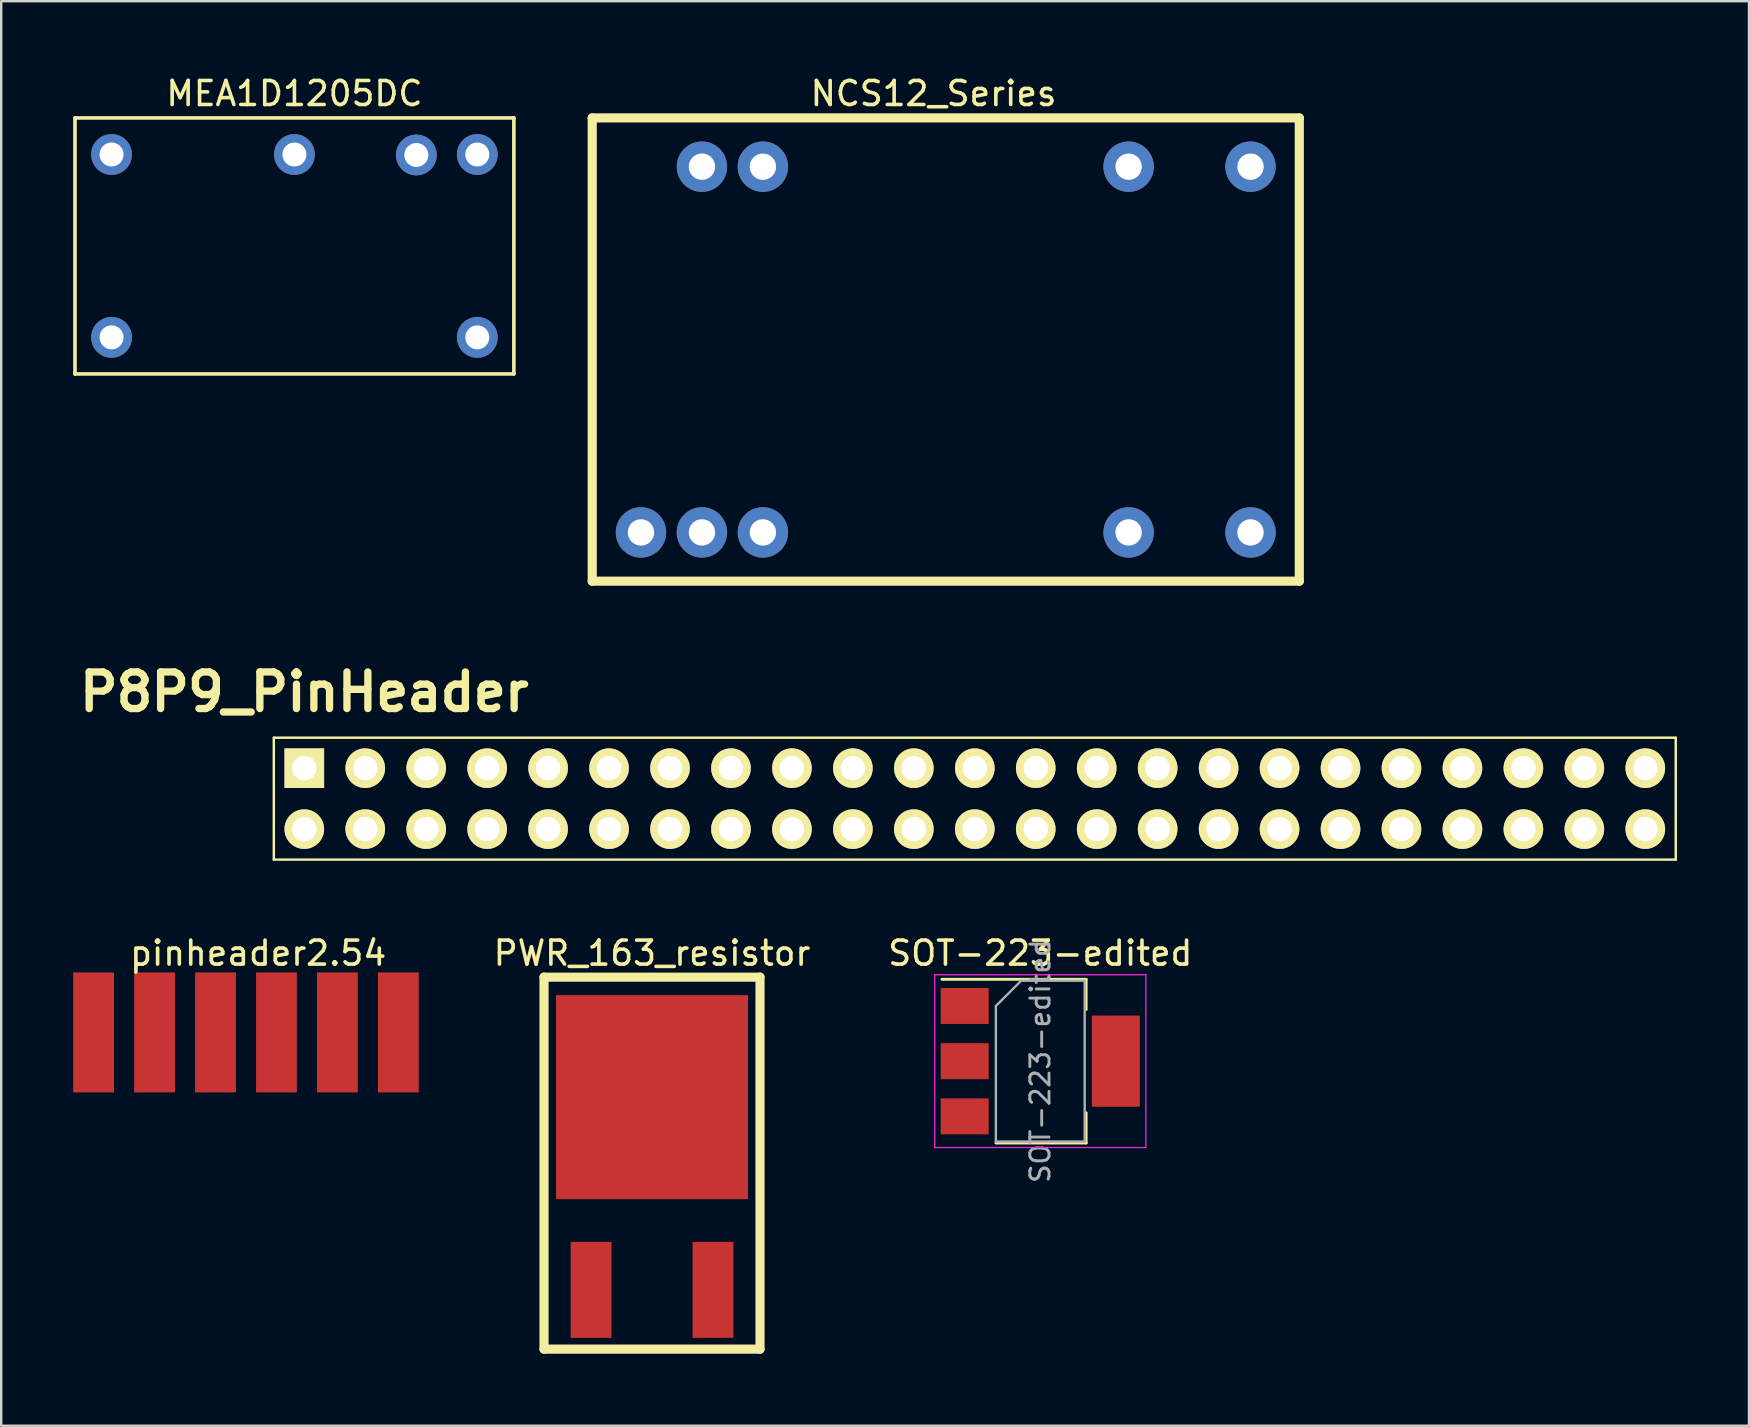
<source format=kicad_pcb>
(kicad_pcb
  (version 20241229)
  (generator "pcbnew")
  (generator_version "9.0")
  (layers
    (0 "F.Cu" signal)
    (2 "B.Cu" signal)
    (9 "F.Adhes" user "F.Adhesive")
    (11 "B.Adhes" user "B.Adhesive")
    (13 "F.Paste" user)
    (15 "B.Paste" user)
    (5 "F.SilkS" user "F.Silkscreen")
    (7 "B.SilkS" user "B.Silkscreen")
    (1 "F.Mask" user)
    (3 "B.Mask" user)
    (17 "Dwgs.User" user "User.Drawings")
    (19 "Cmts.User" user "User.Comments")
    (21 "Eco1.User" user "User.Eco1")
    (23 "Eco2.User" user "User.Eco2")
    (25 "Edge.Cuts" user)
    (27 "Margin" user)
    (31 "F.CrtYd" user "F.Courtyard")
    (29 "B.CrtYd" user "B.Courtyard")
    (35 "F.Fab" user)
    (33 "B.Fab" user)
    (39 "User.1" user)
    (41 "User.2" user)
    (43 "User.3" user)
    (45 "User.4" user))
  (footprint "MEA1D1205DC"
    (layer "F.Cu")
    (at 9.219 11.008)
    (property "Reference" "MEA1D1205DC" (at 0 -10.16 0) (layer "F.SilkS") (effects (font (size 1 1) (thickness 0.15))))
    (attr through_hole)
    (fp_line (start -9.144 -9.144) (end 9.144 -9.144) (stroke (width 0.15) (type solid)) (layer "F.SilkS"))
    (fp_line (start -9.144 1.524) (end -9.144 -9.144) (stroke (width 0.15) (type solid)) (layer "F.SilkS"))
    (fp_line (start 9.144 -9.144) (end 9.144 1.524) (stroke (width 0.15) (type solid)) (layer "F.SilkS"))
    (fp_line (start 9.144 1.524) (end -9.144 1.524) (stroke (width 0.15) (type solid)) (layer "F.SilkS"))
    (pad "1" thru_hole circle (at -7.62 0) (size 1.7 1.7) (drill 1) (layers "*.Cu" "*.Mask"))
    (pad "7" thru_hole circle (at 7.62 0) (size 1.7 1.7) (drill 1) (layers "*.Cu" "*.Mask"))
    (pad "8" thru_hole circle (at 7.62 -7.62) (size 1.7 1.7) (drill 1) (layers "*.Cu" "*.Mask"))
    (pad "9" thru_hole circle (at 5.08 -7.6) (size 1.7 1.7) (drill 1) (layers "*.Cu" "*.Mask"))
    (pad "11" thru_hole circle (at 0 -7.62) (size 1.7 1.7) (drill 1) (layers "*.Cu" "*.Mask"))
    (pad "14" thru_hole circle (at -7.62 -7.62) (size 1.7 1.7) (drill 1) (layers "*.Cu" "*.Mask")))
  (footprint "SOT-223-edited"
    (layer "F.Cu")
    (at 40.299 41.169)
    (property "Reference" "SOT-223-edited" (at 0 -4.5 0) (layer "F.SilkS") (effects (font (size 1 1) (thickness 0.15))))
    (attr smd)
    (fp_line (start -4.1 -3.41) (end 1.91 -3.41) (stroke (width 0.12) (type solid)) (layer "F.SilkS"))
    (fp_line (start -1.85 3.41) (end 1.91 3.41) (stroke (width 0.12) (type solid)) (layer "F.SilkS"))
    (fp_line (start 1.91 -3.41) (end 1.91 -2.15) (stroke (width 0.12) (type solid)) (layer "F.SilkS"))
    (fp_line (start 1.91 3.41) (end 1.91 2.15) (stroke (width 0.12) (type solid)) (layer "F.SilkS"))
    (fp_line (start -4.4 -3.6) (end -4.4 3.6) (stroke (width 0.05) (type solid)) (layer "F.CrtYd"))
    (fp_line (start -4.4 3.6) (end 4.4 3.6) (stroke (width 0.05) (type solid)) (layer "F.CrtYd"))
    (fp_line (start 4.4 -3.6) (end -4.4 -3.6) (stroke (width 0.05) (type solid)) (layer "F.CrtYd"))
    (fp_line (start 4.4 3.6) (end 4.4 -3.6) (stroke (width 0.05) (type solid)) (layer "F.CrtYd"))
    (fp_line (start -1.85 -2.3) (end -1.85 3.35) (stroke (width 0.1) (type solid)) (layer "F.Fab"))
    (fp_line (start -1.85 -2.3) (end -0.8 -3.35) (stroke (width 0.1) (type solid)) (layer "F.Fab"))
    (fp_line (start -1.85 3.35) (end 1.85 3.35) (stroke (width 0.1) (type solid)) (layer "F.Fab"))
    (fp_line (start -0.8 -3.35) (end 1.85 -3.35) (stroke (width 0.1) (type solid)) (layer "F.Fab"))
    (fp_line (start 1.85 -3.35) (end 1.85 3.35) (stroke (width 0.1) (type solid)) (layer "F.Fab"))
    (fp_text user "${REFERENCE}" (at 0 0 90) (layer "F.Fab") (effects (font (size 0.8 0.8) (thickness 0.12))))
    (pad "1" smd rect (at -3.15 -2.3) (size 2 1.5) (layers "F.Cu" "F.Mask" "F.Paste"))
    (pad "2" smd rect (at -3.15 0) (size 2 1.5) (layers "F.Cu" "F.Mask" "F.Paste"))
    (pad "2" smd rect (at 3.15 0) (size 2 3.8) (layers "F.Cu" "F.Mask" "F.Paste"))
    (pad "3" smd rect (at -3.15 2.3) (size 2 1.5) (layers "F.Cu" "F.Mask" "F.Paste")))
  (footprint "NCS12_Series"
    (layer "F.Cu")
    (at 49.06 19.136)
    (property "Reference" "NCS12_Series" (at -13.208 -18.288 0) (layer "F.SilkS") (effects (font (size 1 1) (thickness 0.15))))
    (attr through_hole)
    (fp_line (start -27.432 -17.272) (end 2.032 -17.272) (stroke (width 0.381) (type solid)) (layer "F.SilkS"))
    (fp_line (start -27.432 2.032) (end -27.432 -17.272) (stroke (width 0.381) (type solid)) (layer "F.SilkS"))
    (fp_line (start 2.032 -17.272) (end 2.032 2.032) (stroke (width 0.381) (type solid)) (layer "F.SilkS"))
    (fp_line (start 2.032 2.032) (end -27.432 2.032) (stroke (width 0.381) (type solid)) (layer "F.SilkS"))
    (pad "1" thru_hole circle (at -25.4 0) (size 2.1 2.1) (drill 1.1) (layers "*.Cu" "*.Mask"))
    (pad "2" thru_hole circle (at -22.86 0) (size 2.1 2.1) (drill 1.1) (layers "*.Cu" "*.Mask"))
    (pad "3" thru_hole circle (at -20.32 0) (size 2.1 2.1) (drill 1.1) (layers "*.Cu" "*.Mask"))
    (pad "9" thru_hole circle (at -5.08 0) (size 2.1 2.1) (drill 1.1) (layers "*.Cu" "*.Mask"))
    (pad "11" thru_hole circle (at 0 0) (size 2.1 2.1) (drill 1.1) (layers "*.Cu" "*.Mask"))
    (pad "14" thru_hole circle (at 0 -15.24) (size 2.1 2.1) (drill 1.1) (layers "*.Cu" "*.Mask"))
    (pad "16" thru_hole circle (at -5.08 -15.24) (size 2.1 2.1) (drill 1.1) (layers "*.Cu" "*.Mask"))
    (pad "22" thru_hole circle (at -20.32 -15.24) (size 2.1 2.1) (drill 1.1) (layers "*.Cu" "*.Mask"))
    (pad "23" thru_hole circle (at -22.86 -15.24) (size 2.1 2.1) (drill 1.1) (layers "*.Cu" "*.Mask")))
  (footprint "P8P9_PinHeader"
    (layer "F.Cu")
    (at 9.63 28.96)
    (property "Reference" "P8P9_PinHeader" (at 0 -3.175 0) (layer "F.SilkS") (effects (font (size 1.524 1.524) (thickness 0.305))))
    (attr through_hole)
    (fp_line (start -1.27 -1.27) (end 57.15 -1.27) (stroke (width 0.102) (type solid)) (layer "F.SilkS"))
    (fp_line (start -1.27 3.81) (end -1.27 -1.27) (stroke (width 0.102) (type solid)) (layer "F.SilkS"))
    (fp_line (start 57.15 -1.27) (end 57.15 3.81) (stroke (width 0.102) (type solid)) (layer "F.SilkS"))
    (fp_line (start 57.15 3.81) (end -1.27 3.81) (stroke (width 0.102) (type solid)) (layer "F.SilkS"))
    (pad "1" thru_hole rect (at 0 0) (size 1.651 1.651) (drill 1.02) (layers "*.Cu" "*.Mask" "F.SilkS"))
    (pad "2" thru_hole circle (at 0 2.54) (size 1.651 1.651) (drill 1.02) (layers "*.Cu" "*.Mask" "F.SilkS"))
    (pad "3" thru_hole circle (at 2.54 0) (size 1.651 1.651) (drill 1.02) (layers "*.Cu" "*.Mask" "F.SilkS"))
    (pad "4" thru_hole circle (at 2.54 2.54) (size 1.651 1.651) (drill 1.02) (layers "*.Cu" "*.Mask" "F.SilkS"))
    (pad "5" thru_hole circle (at 5.08 0) (size 1.651 1.651) (drill 1.02) (layers "*.Cu" "*.Mask" "F.SilkS"))
    (pad "6" thru_hole circle (at 5.08 2.54) (size 1.651 1.651) (drill 1.02) (layers "*.Cu" "*.Mask" "F.SilkS"))
    (pad "7" thru_hole circle (at 7.62 0) (size 1.651 1.651) (drill 1.02) (layers "*.Cu" "*.Mask" "F.SilkS"))
    (pad "8" thru_hole circle (at 7.62 2.54) (size 1.651 1.651) (drill 1.02) (layers "*.Cu" "*.Mask" "F.SilkS"))
    (pad "9" thru_hole circle (at 10.16 0) (size 1.651 1.651) (drill 1.02) (layers "*.Cu" "*.Mask" "F.SilkS"))
    (pad "10" thru_hole circle (at 10.16 2.54) (size 1.651 1.651) (drill 1.02) (layers "*.Cu" "*.Mask" "F.SilkS"))
    (pad "11" thru_hole circle (at 12.7 0) (size 1.651 1.651) (drill 1.02) (layers "*.Cu" "*.Mask" "F.SilkS"))
    (pad "12" thru_hole circle (at 12.7 2.54) (size 1.651 1.651) (drill 1.02) (layers "*.Cu" "*.Mask" "F.SilkS"))
    (pad "13" thru_hole circle (at 15.24 0) (size 1.651 1.651) (drill 1.02) (layers "*.Cu" "*.Mask" "F.SilkS"))
    (pad "14" thru_hole circle (at 15.24 2.54) (size 1.651 1.651) (drill 1.02) (layers "*.Cu" "*.Mask" "F.SilkS"))
    (pad "15" thru_hole circle (at 17.78 0) (size 1.651 1.651) (drill 1.02) (layers "*.Cu" "*.Mask" "F.SilkS"))
    (pad "16" thru_hole circle (at 17.78 2.54) (size 1.651 1.651) (drill 1.02) (layers "*.Cu" "*.Mask" "F.SilkS"))
    (pad "17" thru_hole circle (at 20.32 0) (size 1.651 1.651) (drill 1.02) (layers "*.Cu" "*.Mask" "F.SilkS"))
    (pad "18" thru_hole circle (at 20.32 2.54) (size 1.651 1.651) (drill 1.02) (layers "*.Cu" "*.Mask" "F.SilkS"))
    (pad "19" thru_hole circle (at 22.86 0) (size 1.651 1.651) (drill 1.02) (layers "*.Cu" "*.Mask" "F.SilkS"))
    (pad "20" thru_hole circle (at 22.86 2.54) (size 1.651 1.651) (drill 1.02) (layers "*.Cu" "*.Mask" "F.SilkS"))
    (pad "21" thru_hole circle (at 25.4 0) (size 1.651 1.651) (drill 1.02) (layers "*.Cu" "*.Mask" "F.SilkS"))
    (pad "22" thru_hole circle (at 25.4 2.54) (size 1.651 1.651) (drill 1.02) (layers "*.Cu" "*.Mask" "F.SilkS"))
    (pad "23" thru_hole circle (at 27.94 0) (size 1.651 1.651) (drill 1.02) (layers "*.Cu" "*.Mask" "F.SilkS"))
    (pad "24" thru_hole circle (at 27.94 2.54) (size 1.651 1.651) (drill 1.02) (layers "*.Cu" "*.Mask" "F.SilkS"))
    (pad "25" thru_hole circle (at 30.48 0) (size 1.651 1.651) (drill 1.02) (layers "*.Cu" "*.Mask" "F.SilkS"))
    (pad "26" thru_hole circle (at 30.48 2.54) (size 1.651 1.651) (drill 1.02) (layers "*.Cu" "*.Mask" "F.SilkS"))
    (pad "27" thru_hole circle (at 33.02 0) (size 1.651 1.651) (drill 1.02) (layers "*.Cu" "*.Mask" "F.SilkS"))
    (pad "28" thru_hole circle (at 33.02 2.54) (size 1.651 1.651) (drill 1.02) (layers "*.Cu" "*.Mask" "F.SilkS"))
    (pad "29" thru_hole circle (at 35.56 0) (size 1.651 1.651) (drill 1.02) (layers "*.Cu" "*.Mask" "F.SilkS"))
    (pad "30" thru_hole circle (at 35.56 2.54) (size 1.651 1.651) (drill 1.02) (layers "*.Cu" "*.Mask" "F.SilkS"))
    (pad "31" thru_hole circle (at 38.1 0) (size 1.651 1.651) (drill 1.02) (layers "*.Cu" "*.Mask" "F.SilkS"))
    (pad "32" thru_hole circle (at 38.1 2.54) (size 1.651 1.651) (drill 1.02) (layers "*.Cu" "*.Mask" "F.SilkS"))
    (pad "33" thru_hole circle (at 40.64 0) (size 1.651 1.651) (drill 1.02) (layers "*.Cu" "*.Mask" "F.SilkS"))
    (pad "34" thru_hole circle (at 40.64 2.54) (size 1.651 1.651) (drill 1.02) (layers "*.Cu" "*.Mask" "F.SilkS"))
    (pad "35" thru_hole circle (at 43.18 0) (size 1.651 1.651) (drill 1.02) (layers "*.Cu" "*.Mask" "F.SilkS"))
    (pad "36" thru_hole circle (at 43.18 2.54) (size 1.651 1.651) (drill 1.02) (layers "*.Cu" "*.Mask" "F.SilkS"))
    (pad "37" thru_hole circle (at 45.72 0) (size 1.651 1.651) (drill 1.02) (layers "*.Cu" "*.Mask" "F.SilkS"))
    (pad "38" thru_hole circle (at 45.72 2.54) (size 1.651 1.651) (drill 1.02) (layers "*.Cu" "*.Mask" "F.SilkS"))
    (pad "39" thru_hole circle (at 48.26 0) (size 1.651 1.651) (drill 1.02) (layers "*.Cu" "*.Mask" "F.SilkS"))
    (pad "40" thru_hole circle (at 48.26 2.54) (size 1.651 1.651) (drill 1.02) (layers "*.Cu" "*.Mask" "F.SilkS"))
    (pad "41" thru_hole circle (at 50.8 0) (size 1.651 1.651) (drill 1.02) (layers "*.Cu" "*.Mask" "F.SilkS"))
    (pad "42" thru_hole circle (at 50.8 2.54) (size 1.651 1.651) (drill 1.02) (layers "*.Cu" "*.Mask" "F.SilkS"))
    (pad "43" thru_hole circle (at 53.34 0) (size 1.651 1.651) (drill 1.02) (layers "*.Cu" "*.Mask" "F.SilkS"))
    (pad "44" thru_hole circle (at 53.34 2.54) (size 1.651 1.651) (drill 1.02) (layers "*.Cu" "*.Mask" "F.SilkS"))
    (pad "45" thru_hole circle (at 55.88 0) (size 1.651 1.651) (drill 1.02) (layers "*.Cu" "*.Mask" "F.SilkS"))
    (pad "46" thru_hole circle (at 55.88 2.54) (size 1.651 1.651) (drill 1.02) (layers "*.Cu" "*.Mask" "F.SilkS")))
  (footprint "pinheader2.54"
    (layer "F.Cu")
    (at 0.85 39.971)
    (property "Reference" "pinheader2.54" (at 6.858 -3.302 0) (layer "F.SilkS") (effects (font (size 1 1) (thickness 0.15))))
    (attr through_hole)
    (pad "1" smd rect (at 0 0) (size 1.7 5) (layers "F.Cu" "F.Mask" "F.Paste"))
    (pad "2" smd rect (at 2.54 0) (size 1.7 5) (layers "F.Cu" "F.Mask" "F.Paste"))
    (pad "3" smd rect (at 5.08 0) (size 1.7 5) (layers "F.Cu" "F.Mask" "F.Paste"))
    (pad "4" smd rect (at 7.62 0) (size 1.7 5) (layers "F.Cu" "F.Mask" "F.Paste"))
    (pad "5" smd rect (at 10.16 0) (size 1.7 5) (layers "F.Cu" "F.Mask" "F.Paste"))
    (pad "6" smd rect (at 12.7 0) (size 1.7 5) (layers "F.Cu" "F.Mask" "F.Paste")))
  (footprint "PWR_163_resistor"
    (layer "F.Cu")
    (at 24.12 42.669)
    (property "Reference" "PWR_163_resistor" (at 0 -6 0) (layer "F.SilkS") (effects (font (size 1 1) (thickness 0.15))))
    (attr through_hole)
    (fp_line (start -4.5 -5) (end 4.5 -5) (stroke (width 0.381) (type solid)) (layer "F.SilkS"))
    (fp_line (start -4.5 10.5) (end -4.5 -5) (stroke (width 0.381) (type solid)) (layer "F.SilkS"))
    (fp_line (start 4.5 -5) (end 4.5 10.5) (stroke (width 0.381) (type solid)) (layer "F.SilkS"))
    (fp_line (start 4.5 10.5) (end -4.5 10.5) (stroke (width 0.381) (type solid)) (layer "F.SilkS"))
    (pad "1" smd rect (at 2.54 8.03) (size 1.7 4) (layers "F.Cu" "F.Mask" "F.Paste"))
    (pad "2" smd rect (at -2.54 8.03) (size 1.7 4) (layers "F.Cu" "F.Mask" "F.Paste"))
    (pad "3" smd rect (at 0 0) (size 8 8.5) (layers "F.Cu" "F.Mask" "F.Paste")))
  (gr_rect
    (start -3 -3)
    (end 69.831 56.36)
    (stroke (width 0.1) (type default))
    (fill no)
    (layer "Edge.Cuts")))
</source>
